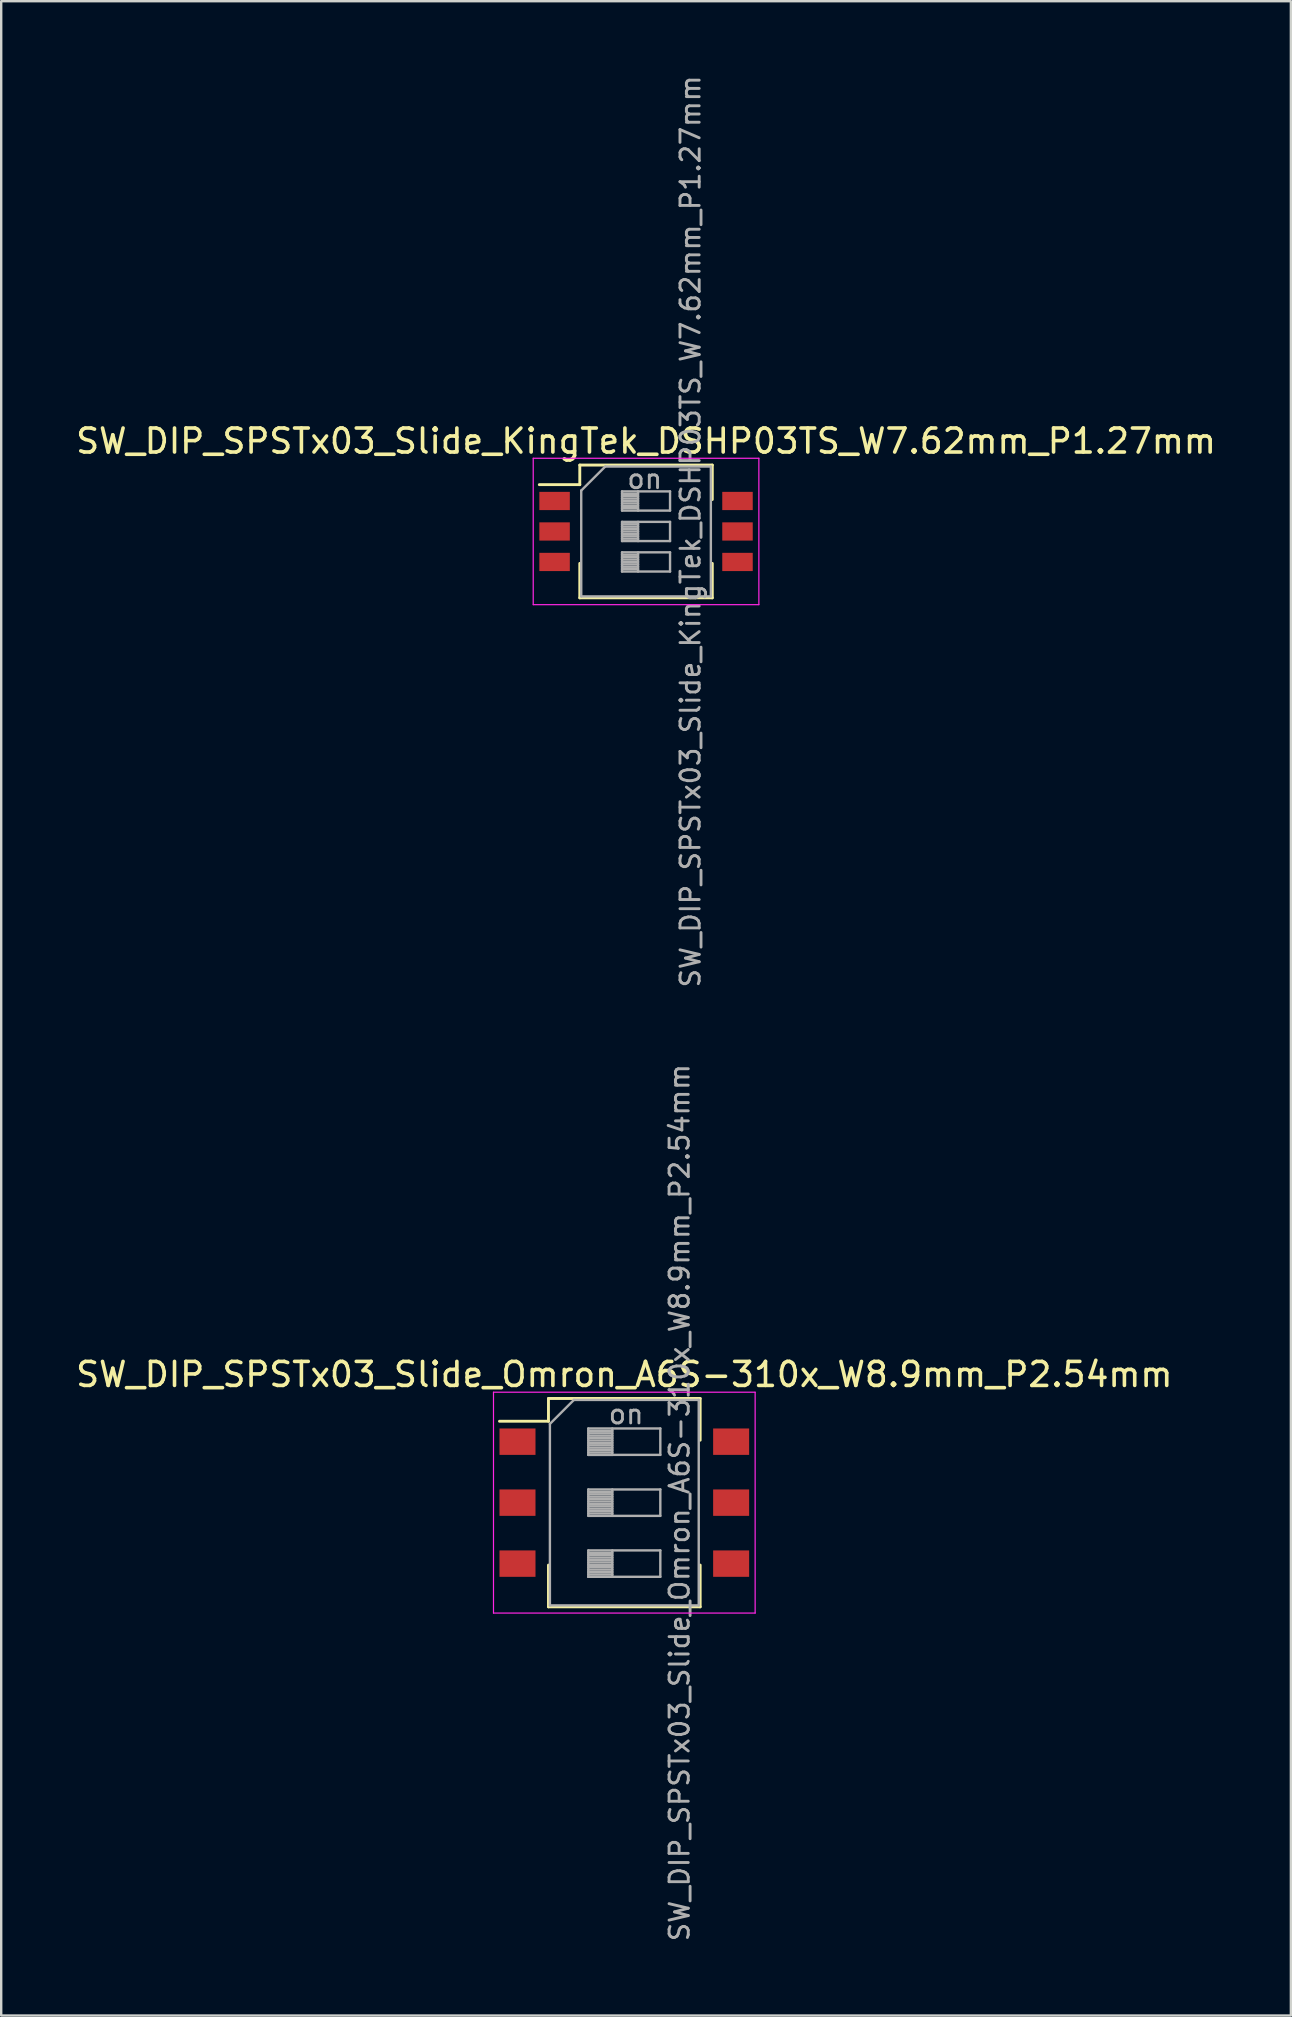
<source format=kicad_pcb>
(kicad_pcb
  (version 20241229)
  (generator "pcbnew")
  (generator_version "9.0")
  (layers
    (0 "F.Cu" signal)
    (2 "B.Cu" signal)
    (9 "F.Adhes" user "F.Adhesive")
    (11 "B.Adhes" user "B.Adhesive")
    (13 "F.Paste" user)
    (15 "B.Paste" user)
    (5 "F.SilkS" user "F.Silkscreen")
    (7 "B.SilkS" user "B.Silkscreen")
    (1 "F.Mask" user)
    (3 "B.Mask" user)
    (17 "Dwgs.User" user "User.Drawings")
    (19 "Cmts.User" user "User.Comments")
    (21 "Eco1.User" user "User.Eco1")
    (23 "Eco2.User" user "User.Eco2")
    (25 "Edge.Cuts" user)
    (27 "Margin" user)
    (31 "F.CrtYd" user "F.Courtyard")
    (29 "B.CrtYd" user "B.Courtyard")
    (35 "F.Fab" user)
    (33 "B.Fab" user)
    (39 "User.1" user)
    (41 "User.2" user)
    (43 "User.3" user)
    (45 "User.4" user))
  (footprint "SW_DIP_SPSTx03_Slide_Omron_A6S-310x_W8.9mm_P2.54mm"
    (layer "F.Cu")
    (at 22.958 59.548)
    (property "Reference" "SW_DIP_SPSTx03_Slide_Omron_A6S-310x_W8.9mm_P2.54mm" (at 0 -5.34 0) (layer "F.SilkS") (effects (font (size 1 1) (thickness 0.15))))
    (attr smd)
    (fp_line (start -5.2 -3.391) (end -3.16 -3.391) (stroke (width 0.12) (type solid)) (layer "F.SilkS"))
    (fp_line (start -3.16 -4.34) (end -3.16 -3.391) (stroke (width 0.12) (type solid)) (layer "F.SilkS"))
    (fp_line (start -3.16 -4.34) (end 3.16 -4.34) (stroke (width 0.12) (type solid)) (layer "F.SilkS"))
    (fp_line (start -3.16 2.6) (end -3.16 4.34) (stroke (width 0.12) (type solid)) (layer "F.SilkS"))
    (fp_line (start -3.16 4.34) (end 3.16 4.34) (stroke (width 0.12) (type solid)) (layer "F.SilkS"))
    (fp_line (start 3.16 -4.34) (end 3.16 -2.601) (stroke (width 0.12) (type solid)) (layer "F.SilkS"))
    (fp_line (start 3.16 2.6) (end 3.16 4.34) (stroke (width 0.12) (type solid)) (layer "F.SilkS"))
    (fp_line (start -5.45 -4.6) (end -5.45 4.6) (stroke (width 0.05) (type solid)) (layer "F.CrtYd"))
    (fp_line (start -5.45 4.6) (end 5.45 4.6) (stroke (width 0.05) (type solid)) (layer "F.CrtYd"))
    (fp_line (start 5.45 -4.6) (end -5.45 -4.6) (stroke (width 0.05) (type solid)) (layer "F.CrtYd"))
    (fp_line (start 5.45 4.6) (end 5.45 -4.6) (stroke (width 0.05) (type solid)) (layer "F.CrtYd"))
    (fp_line (start -3.1 -3.28) (end -2.1 -4.28) (stroke (width 0.1) (type solid)) (layer "F.Fab"))
    (fp_line (start -3.1 4.28) (end -3.1 -3.28) (stroke (width 0.1) (type solid)) (layer "F.Fab"))
    (fp_line (start -2.1 -4.28) (end 3.1 -4.28) (stroke (width 0.1) (type solid)) (layer "F.Fab"))
    (fp_line (start -1.5 -3.09) (end -1.5 -1.99) (stroke (width 0.1) (type solid)) (layer "F.Fab"))
    (fp_line (start -1.5 -2.99) (end -0.5 -2.99) (stroke (width 0.1) (type solid)) (layer "F.Fab"))
    (fp_line (start -1.5 -2.89) (end -0.5 -2.89) (stroke (width 0.1) (type solid)) (layer "F.Fab"))
    (fp_line (start -1.5 -2.79) (end -0.5 -2.79) (stroke (width 0.1) (type solid)) (layer "F.Fab"))
    (fp_line (start -1.5 -2.69) (end -0.5 -2.69) (stroke (width 0.1) (type solid)) (layer "F.Fab"))
    (fp_line (start -1.5 -2.59) (end -0.5 -2.59) (stroke (width 0.1) (type solid)) (layer "F.Fab"))
    (fp_line (start -1.5 -2.49) (end -0.5 -2.49) (stroke (width 0.1) (type solid)) (layer "F.Fab"))
    (fp_line (start -1.5 -2.39) (end -0.5 -2.39) (stroke (width 0.1) (type solid)) (layer "F.Fab"))
    (fp_line (start -1.5 -2.29) (end -0.5 -2.29) (stroke (width 0.1) (type solid)) (layer "F.Fab"))
    (fp_line (start -1.5 -2.19) (end -0.5 -2.19) (stroke (width 0.1) (type solid)) (layer "F.Fab"))
    (fp_line (start -1.5 -2.09) (end -0.5 -2.09) (stroke (width 0.1) (type solid)) (layer "F.Fab"))
    (fp_line (start -1.5 -1.99) (end -0.5 -1.99) (stroke (width 0.1) (type solid)) (layer "F.Fab"))
    (fp_line (start -1.5 -1.99) (end 1.5 -1.99) (stroke (width 0.1) (type solid)) (layer "F.Fab"))
    (fp_line (start -1.5 -0.55) (end -1.5 0.55) (stroke (width 0.1) (type solid)) (layer "F.Fab"))
    (fp_line (start -1.5 -0.45) (end -0.5 -0.45) (stroke (width 0.1) (type solid)) (layer "F.Fab"))
    (fp_line (start -1.5 -0.35) (end -0.5 -0.35) (stroke (width 0.1) (type solid)) (layer "F.Fab"))
    (fp_line (start -1.5 -0.25) (end -0.5 -0.25) (stroke (width 0.1) (type solid)) (layer "F.Fab"))
    (fp_line (start -1.5 -0.15) (end -0.5 -0.15) (stroke (width 0.1) (type solid)) (layer "F.Fab"))
    (fp_line (start -1.5 -0.05) (end -0.5 -0.05) (stroke (width 0.1) (type solid)) (layer "F.Fab"))
    (fp_line (start -1.5 0.05) (end -0.5 0.05) (stroke (width 0.1) (type solid)) (layer "F.Fab"))
    (fp_line (start -1.5 0.15) (end -0.5 0.15) (stroke (width 0.1) (type solid)) (layer "F.Fab"))
    (fp_line (start -1.5 0.25) (end -0.5 0.25) (stroke (width 0.1) (type solid)) (layer "F.Fab"))
    (fp_line (start -1.5 0.35) (end -0.5 0.35) (stroke (width 0.1) (type solid)) (layer "F.Fab"))
    (fp_line (start -1.5 0.45) (end -0.5 0.45) (stroke (width 0.1) (type solid)) (layer "F.Fab"))
    (fp_line (start -1.5 0.55) (end 1.5 0.55) (stroke (width 0.1) (type solid)) (layer "F.Fab"))
    (fp_line (start -1.5 1.99) (end -1.5 3.09) (stroke (width 0.1) (type solid)) (layer "F.Fab"))
    (fp_line (start -1.5 2.09) (end -0.5 2.09) (stroke (width 0.1) (type solid)) (layer "F.Fab"))
    (fp_line (start -1.5 2.19) (end -0.5 2.19) (stroke (width 0.1) (type solid)) (layer "F.Fab"))
    (fp_line (start -1.5 2.29) (end -0.5 2.29) (stroke (width 0.1) (type solid)) (layer "F.Fab"))
    (fp_line (start -1.5 2.39) (end -0.5 2.39) (stroke (width 0.1) (type solid)) (layer "F.Fab"))
    (fp_line (start -1.5 2.49) (end -0.5 2.49) (stroke (width 0.1) (type solid)) (layer "F.Fab"))
    (fp_line (start -1.5 2.59) (end -0.5 2.59) (stroke (width 0.1) (type solid)) (layer "F.Fab"))
    (fp_line (start -1.5 2.69) (end -0.5 2.69) (stroke (width 0.1) (type solid)) (layer "F.Fab"))
    (fp_line (start -1.5 2.79) (end -0.5 2.79) (stroke (width 0.1) (type solid)) (layer "F.Fab"))
    (fp_line (start -1.5 2.89) (end -0.5 2.89) (stroke (width 0.1) (type solid)) (layer "F.Fab"))
    (fp_line (start -1.5 2.99) (end -0.5 2.99) (stroke (width 0.1) (type solid)) (layer "F.Fab"))
    (fp_line (start -1.5 3.09) (end -0.5 3.09) (stroke (width 0.1) (type solid)) (layer "F.Fab"))
    (fp_line (start -1.5 3.09) (end 1.5 3.09) (stroke (width 0.1) (type solid)) (layer "F.Fab"))
    (fp_line (start -0.5 -3.09) (end -0.5 -1.99) (stroke (width 0.1) (type solid)) (layer "F.Fab"))
    (fp_line (start -0.5 -0.55) (end -0.5 0.55) (stroke (width 0.1) (type solid)) (layer "F.Fab"))
    (fp_line (start -0.5 1.99) (end -0.5 3.09) (stroke (width 0.1) (type solid)) (layer "F.Fab"))
    (fp_line (start 1.5 -3.09) (end -1.5 -3.09) (stroke (width 0.1) (type solid)) (layer "F.Fab"))
    (fp_line (start 1.5 -1.99) (end 1.5 -3.09) (stroke (width 0.1) (type solid)) (layer "F.Fab"))
    (fp_line (start 1.5 -0.55) (end -1.5 -0.55) (stroke (width 0.1) (type solid)) (layer "F.Fab"))
    (fp_line (start 1.5 0.55) (end 1.5 -0.55) (stroke (width 0.1) (type solid)) (layer "F.Fab"))
    (fp_line (start 1.5 1.99) (end -1.5 1.99) (stroke (width 0.1) (type solid)) (layer "F.Fab"))
    (fp_line (start 1.5 3.09) (end 1.5 1.99) (stroke (width 0.1) (type solid)) (layer "F.Fab"))
    (fp_line (start 3.1 -4.28) (end 3.1 4.28) (stroke (width 0.1) (type solid)) (layer "F.Fab"))
    (fp_line (start 3.1 4.28) (end -3.1 4.28) (stroke (width 0.1) (type solid)) (layer "F.Fab"))
    (fp_text user "on" (at 0.075 -3.685 0) (layer "F.Fab") (effects (font (size 0.8 0.8) (thickness 0.12))))
    (fp_text user "${REFERENCE}" (at 2.3 0 90) (layer "F.Fab") (effects (font (size 0.8 0.8) (thickness 0.12))))
    (pad "1" smd rect (at -4.45 -2.54) (size 1.5 1.1) (layers "F.Cu" "F.Mask" "F.Paste"))
    (pad "2" smd rect (at -4.45 0) (size 1.5 1.1) (layers "F.Cu" "F.Mask" "F.Paste"))
    (pad "3" smd rect (at -4.45 2.54) (size 1.5 1.1) (layers "F.Cu" "F.Mask" "F.Paste"))
    (pad "4" smd rect (at 4.45 2.54) (size 1.5 1.1) (layers "F.Cu" "F.Mask" "F.Paste"))
    (pad "5" smd rect (at 4.45 0) (size 1.5 1.1) (layers "F.Cu" "F.Mask" "F.Paste"))
    (pad "6" smd rect (at 4.45 -2.54) (size 1.5 1.1) (layers "F.Cu" "F.Mask" "F.Paste")))
  (footprint "SW_DIP_SPSTx03_Slide_KingTek_DSHP03TS_W7.62mm_P1.27mm"
    (layer "F.Cu")
    (at 23.863 19.09)
    (property "Reference" "SW_DIP_SPSTx03_Slide_KingTek_DSHP03TS_W7.62mm_P1.27mm" (at 0 -3.765 0) (layer "F.SilkS") (effects (font (size 1 1) (thickness 0.15))))
    (attr smd)
    (fp_line (start -4.446 -1.95) (end -2.76 -1.95) (stroke (width 0.12) (type solid)) (layer "F.SilkS"))
    (fp_line (start -2.76 -2.766) (end -2.76 -1.95) (stroke (width 0.12) (type solid)) (layer "F.SilkS"))
    (fp_line (start -2.76 -2.766) (end 2.76 -2.766) (stroke (width 0.12) (type solid)) (layer "F.SilkS"))
    (fp_line (start -2.76 1.33) (end -2.76 2.765) (stroke (width 0.12) (type solid)) (layer "F.SilkS"))
    (fp_line (start -2.76 2.765) (end 2.76 2.765) (stroke (width 0.12) (type solid)) (layer "F.SilkS"))
    (fp_line (start 2.76 -2.766) (end 2.76 -1.331) (stroke (width 0.12) (type solid)) (layer "F.SilkS"))
    (fp_line (start 2.76 1.33) (end 2.76 2.765) (stroke (width 0.12) (type solid)) (layer "F.SilkS"))
    (fp_line (start -4.7 -3.05) (end -4.7 3.05) (stroke (width 0.05) (type solid)) (layer "F.CrtYd"))
    (fp_line (start -4.7 3.05) (end 4.7 3.05) (stroke (width 0.05) (type solid)) (layer "F.CrtYd"))
    (fp_line (start 4.7 -3.05) (end -4.7 -3.05) (stroke (width 0.05) (type solid)) (layer "F.CrtYd"))
    (fp_line (start 4.7 3.05) (end 4.7 -3.05) (stroke (width 0.05) (type solid)) (layer "F.CrtYd"))
    (fp_line (start -2.7 -1.705) (end -1.7 -2.705) (stroke (width 0.1) (type solid)) (layer "F.Fab"))
    (fp_line (start -2.7 2.705) (end -2.7 -1.705) (stroke (width 0.1) (type solid)) (layer "F.Fab"))
    (fp_line (start -1.7 -2.705) (end 2.7 -2.705) (stroke (width 0.1) (type solid)) (layer "F.Fab"))
    (fp_line (start -1 -1.67) (end -1 -0.87) (stroke (width 0.1) (type solid)) (layer "F.Fab"))
    (fp_line (start -1 -1.57) (end -0.333 -1.57) (stroke (width 0.1) (type solid)) (layer "F.Fab"))
    (fp_line (start -1 -1.47) (end -0.333 -1.47) (stroke (width 0.1) (type solid)) (layer "F.Fab"))
    (fp_line (start -1 -1.37) (end -0.333 -1.37) (stroke (width 0.1) (type solid)) (layer "F.Fab"))
    (fp_line (start -1 -1.27) (end -0.333 -1.27) (stroke (width 0.1) (type solid)) (layer "F.Fab"))
    (fp_line (start -1 -1.17) (end -0.333 -1.17) (stroke (width 0.1) (type solid)) (layer "F.Fab"))
    (fp_line (start -1 -1.07) (end -0.333 -1.07) (stroke (width 0.1) (type solid)) (layer "F.Fab"))
    (fp_line (start -1 -0.97) (end -0.333 -0.97) (stroke (width 0.1) (type solid)) (layer "F.Fab"))
    (fp_line (start -1 -0.87) (end 1 -0.87) (stroke (width 0.1) (type solid)) (layer "F.Fab"))
    (fp_line (start -1 -0.4) (end -1 0.4) (stroke (width 0.1) (type solid)) (layer "F.Fab"))
    (fp_line (start -1 -0.3) (end -0.333 -0.3) (stroke (width 0.1) (type solid)) (layer "F.Fab"))
    (fp_line (start -1 -0.2) (end -0.333 -0.2) (stroke (width 0.1) (type solid)) (layer "F.Fab"))
    (fp_line (start -1 -0.1) (end -0.333 -0.1) (stroke (width 0.1) (type solid)) (layer "F.Fab"))
    (fp_line (start -1 0) (end -0.333 0) (stroke (width 0.1) (type solid)) (layer "F.Fab"))
    (fp_line (start -1 0.1) (end -0.333 0.1) (stroke (width 0.1) (type solid)) (layer "F.Fab"))
    (fp_line (start -1 0.2) (end -0.333 0.2) (stroke (width 0.1) (type solid)) (layer "F.Fab"))
    (fp_line (start -1 0.3) (end -0.333 0.3) (stroke (width 0.1) (type solid)) (layer "F.Fab"))
    (fp_line (start -1 0.4) (end 1 0.4) (stroke (width 0.1) (type solid)) (layer "F.Fab"))
    (fp_line (start -1 0.87) (end -1 1.67) (stroke (width 0.1) (type solid)) (layer "F.Fab"))
    (fp_line (start -1 0.97) (end -0.333 0.97) (stroke (width 0.1) (type solid)) (layer "F.Fab"))
    (fp_line (start -1 1.07) (end -0.333 1.07) (stroke (width 0.1) (type solid)) (layer "F.Fab"))
    (fp_line (start -1 1.17) (end -0.333 1.17) (stroke (width 0.1) (type solid)) (layer "F.Fab"))
    (fp_line (start -1 1.27) (end -0.333 1.27) (stroke (width 0.1) (type solid)) (layer "F.Fab"))
    (fp_line (start -1 1.37) (end -0.333 1.37) (stroke (width 0.1) (type solid)) (layer "F.Fab"))
    (fp_line (start -1 1.47) (end -0.333 1.47) (stroke (width 0.1) (type solid)) (layer "F.Fab"))
    (fp_line (start -1 1.57) (end -0.333 1.57) (stroke (width 0.1) (type solid)) (layer "F.Fab"))
    (fp_line (start -1 1.67) (end 1 1.67) (stroke (width 0.1) (type solid)) (layer "F.Fab"))
    (fp_line (start -0.333 -1.67) (end -0.333 -0.87) (stroke (width 0.1) (type solid)) (layer "F.Fab"))
    (fp_line (start -0.333 -0.4) (end -0.333 0.4) (stroke (width 0.1) (type solid)) (layer "F.Fab"))
    (fp_line (start -0.333 0.87) (end -0.333 1.67) (stroke (width 0.1) (type solid)) (layer "F.Fab"))
    (fp_line (start 1 -1.67) (end -1 -1.67) (stroke (width 0.1) (type solid)) (layer "F.Fab"))
    (fp_line (start 1 -0.87) (end 1 -1.67) (stroke (width 0.1) (type solid)) (layer "F.Fab"))
    (fp_line (start 1 -0.4) (end -1 -0.4) (stroke (width 0.1) (type solid)) (layer "F.Fab"))
    (fp_line (start 1 0.4) (end 1 -0.4) (stroke (width 0.1) (type solid)) (layer "F.Fab"))
    (fp_line (start 1 0.87) (end -1 0.87) (stroke (width 0.1) (type solid)) (layer "F.Fab"))
    (fp_line (start 1 1.67) (end 1 0.87) (stroke (width 0.1) (type solid)) (layer "F.Fab"))
    (fp_line (start 2.7 -2.705) (end 2.7 2.705) (stroke (width 0.1) (type solid)) (layer "F.Fab"))
    (fp_line (start 2.7 2.705) (end -2.7 2.705) (stroke (width 0.1) (type solid)) (layer "F.Fab"))
    (fp_text user "${REFERENCE}" (at 1.85 0 90) (layer "F.Fab") (effects (font (size 0.8 0.8) (thickness 0.12))))
    (fp_text user "on" (at -0.055 -2.188 0) (layer "F.Fab") (effects (font (size 0.8 0.8) (thickness 0.12))))
    (pad "1" smd rect (at -3.81 -1.27) (size 1.27 0.76) (layers "F.Cu" "F.Mask" "F.Paste"))
    (pad "2" smd rect (at -3.81 0) (size 1.27 0.76) (layers "F.Cu" "F.Mask" "F.Paste"))
    (pad "3" smd rect (at -3.81 1.27) (size 1.27 0.76) (layers "F.Cu" "F.Mask" "F.Paste"))
    (pad "4" smd rect (at 3.81 1.27) (size 1.27 0.76) (layers "F.Cu" "F.Mask" "F.Paste"))
    (pad "5" smd rect (at 3.81 0) (size 1.27 0.76) (layers "F.Cu" "F.Mask" "F.Paste"))
    (pad "6" smd rect (at 3.81 -1.27) (size 1.27 0.76) (layers "F.Cu" "F.Mask" "F.Paste")))
  (gr_rect
    (start -3 -3)
    (end 50.726 80.914)
    (stroke (width 0.1) (type default))
    (fill no)
    (layer "Edge.Cuts")))
</source>
